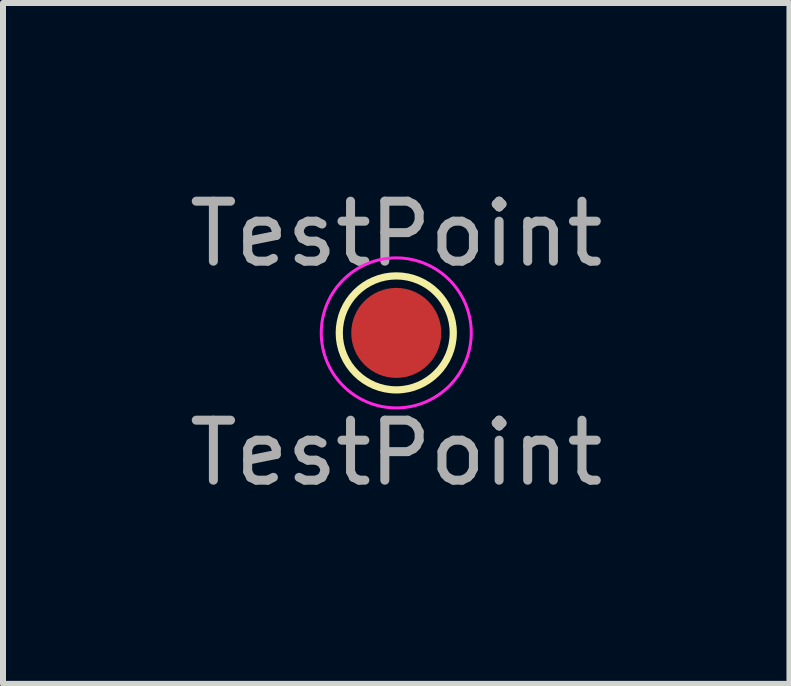
<source format=kicad_pcb>
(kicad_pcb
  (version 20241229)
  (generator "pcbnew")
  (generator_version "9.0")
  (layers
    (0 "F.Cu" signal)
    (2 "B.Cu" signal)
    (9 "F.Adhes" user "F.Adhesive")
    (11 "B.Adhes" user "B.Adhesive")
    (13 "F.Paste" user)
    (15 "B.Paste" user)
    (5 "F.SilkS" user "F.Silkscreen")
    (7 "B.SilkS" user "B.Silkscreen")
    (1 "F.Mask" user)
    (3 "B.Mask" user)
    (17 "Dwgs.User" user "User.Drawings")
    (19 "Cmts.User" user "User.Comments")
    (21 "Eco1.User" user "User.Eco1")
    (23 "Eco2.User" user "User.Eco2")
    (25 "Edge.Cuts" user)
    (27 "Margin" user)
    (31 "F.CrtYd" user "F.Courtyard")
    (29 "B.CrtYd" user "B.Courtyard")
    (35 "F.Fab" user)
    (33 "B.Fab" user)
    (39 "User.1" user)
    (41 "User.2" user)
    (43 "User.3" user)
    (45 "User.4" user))
  (footprint "TestPoint"
    (layer "F.Cu")
    (at 3.554 2.498)
    (property "Reference" "TestPoint" (at 0 2 0) (layer "F.Fab") (effects (font (size 1 1) (thickness 0.15))))
    (attr exclude_from_pos_files exclude_from_bom)
    (fp_circle (center 0 0) (end 0 0.95) (stroke (width 0.12) (type solid)) (fill no) (layer "F.SilkS"))
    (fp_circle (center 0 0) (end 1.25 0) (stroke (width 0.05) (type solid)) (fill no) (layer "F.CrtYd"))
    (fp_text user "${REFERENCE}" (at 0 -1.65 0) (layer "F.Fab") (effects (font (size 1 1) (thickness 0.15))))
    (pad "1" smd circle (at 0 0) (size 1.5 1.5) (layers "F.Cu" "F.Mask")))
  (gr_rect
    (start -3 -3)
    (end 10.107 8.347)
    (stroke (width 0.1) (type default))
    (fill no)
    (layer "Edge.Cuts")))
</source>
